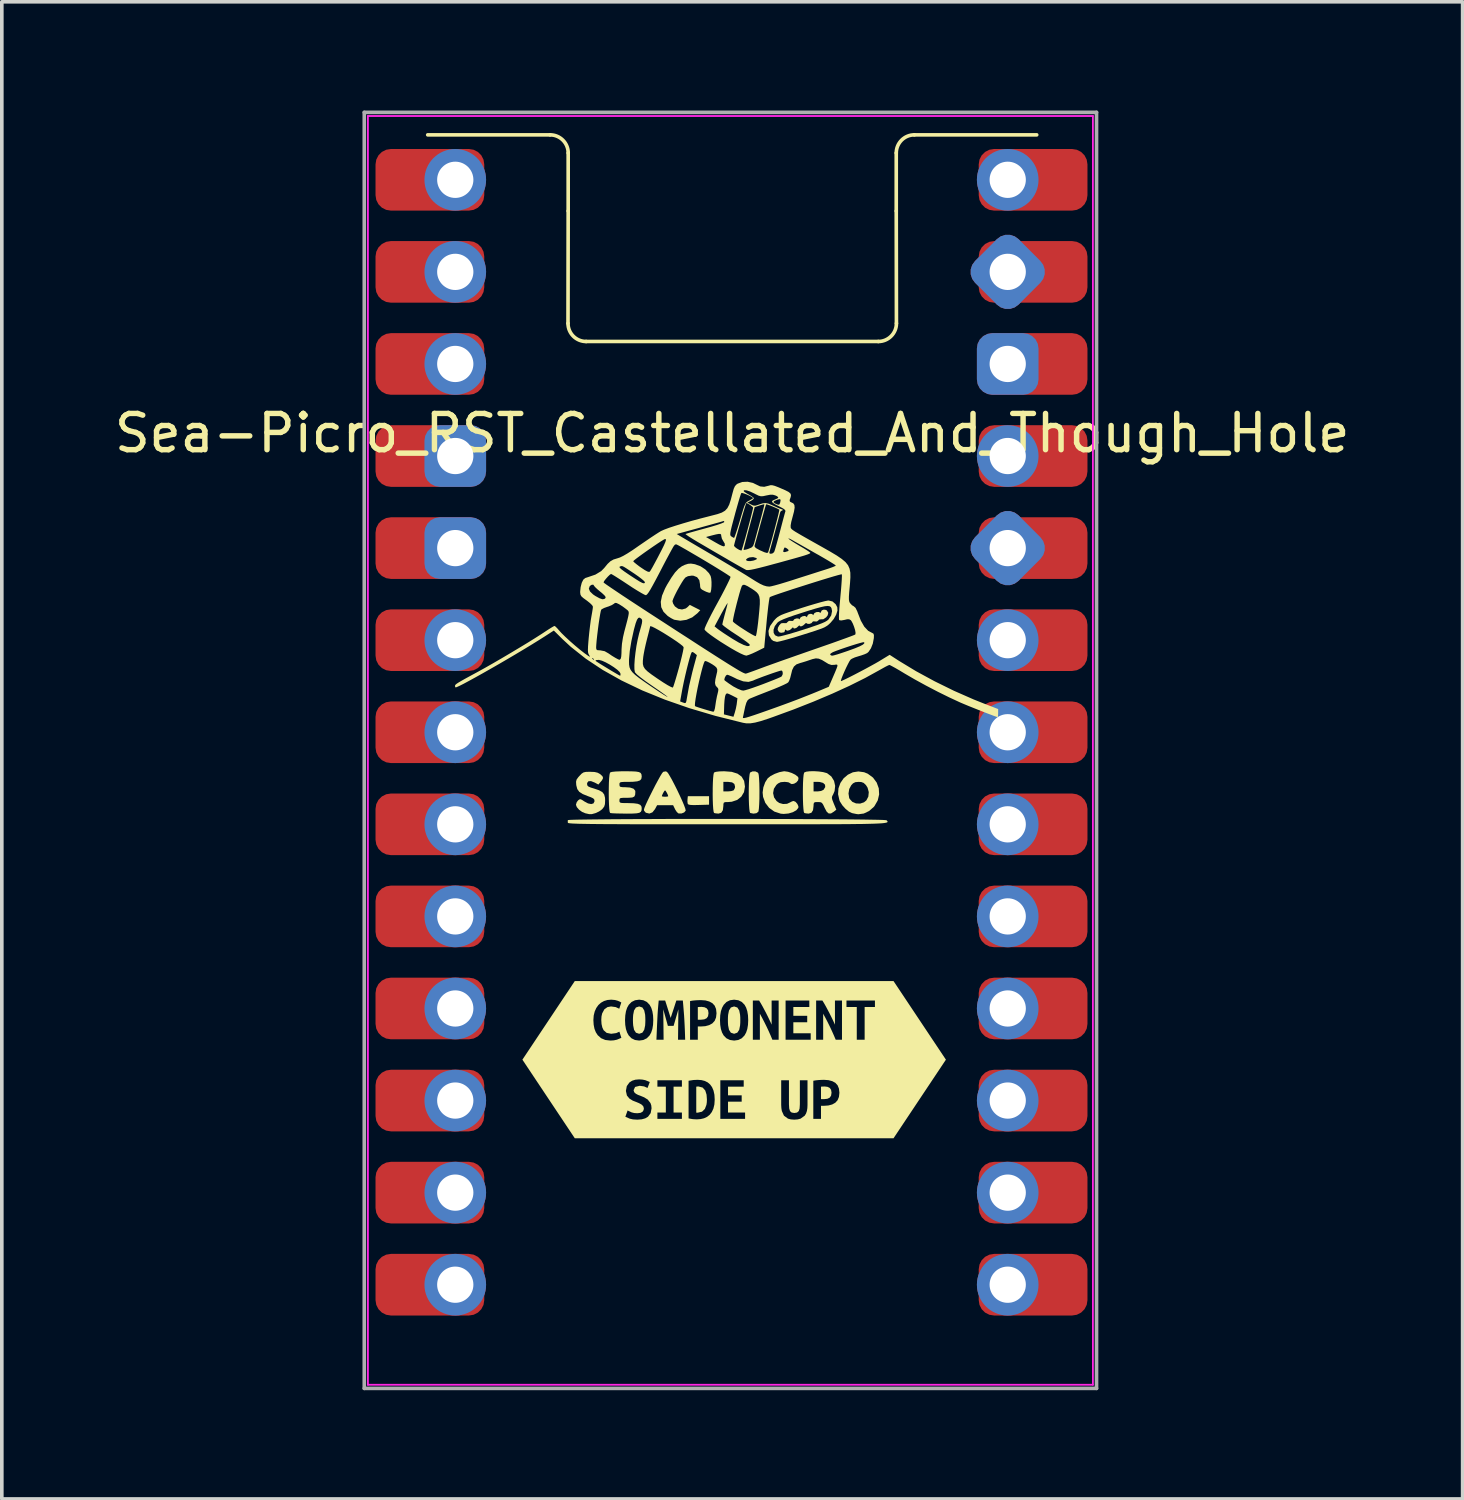
<source format=kicad_pcb>
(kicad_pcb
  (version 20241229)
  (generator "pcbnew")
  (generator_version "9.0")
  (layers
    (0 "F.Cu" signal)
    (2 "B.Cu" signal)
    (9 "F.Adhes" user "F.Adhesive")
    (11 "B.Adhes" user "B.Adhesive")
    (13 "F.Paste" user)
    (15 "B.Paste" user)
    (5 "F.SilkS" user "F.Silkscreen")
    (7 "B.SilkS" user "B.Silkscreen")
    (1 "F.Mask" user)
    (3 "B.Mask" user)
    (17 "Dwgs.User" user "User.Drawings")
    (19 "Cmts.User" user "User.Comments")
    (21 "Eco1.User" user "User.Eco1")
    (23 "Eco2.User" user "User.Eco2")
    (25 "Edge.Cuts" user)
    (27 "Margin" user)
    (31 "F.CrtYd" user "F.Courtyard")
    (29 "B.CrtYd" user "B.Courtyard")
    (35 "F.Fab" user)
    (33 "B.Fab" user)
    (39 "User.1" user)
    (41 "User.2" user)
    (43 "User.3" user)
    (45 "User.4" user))
  (footprint "Sea-Picro_RST_Castellated_And_Though_Hole"
    (layer "F.Cu")
    (at 17.099 17.15)
    (property "Reference" "Sea-Picro_RST_Castellated_And_Though_Hole" (at 0.05 -8.25 0) (unlocked yes) (layer "F.SilkS") (effects (font (size 1 1) (thickness 0.15))))
    (attr through_hole exclude_from_pos_files)
    (fp_line (start -4.975 -16.48) (end -8.35 -16.48) (stroke (width 0.1) (type solid)) (layer "F.SilkS"))
    (fp_line (start -4.475 -14.38) (end -4.48 -11.28) (stroke (width 0.1) (type solid)) (layer "F.SilkS"))
    (fp_line (start -4.475 -14.38) (end -4.475 -15.98) (stroke (width 0.1) (type solid)) (layer "F.SilkS"))
    (fp_line (start -3.98 -10.78) (end 4.08 -10.78) (stroke (width 0.1) (type solid)) (layer "F.SilkS"))
    (fp_line (start 4.575 -14.38) (end 4.575 -15.98) (stroke (width 0.1) (type solid)) (layer "F.SilkS"))
    (fp_line (start 4.575 -14.38) (end 4.58 -11.28) (stroke (width 0.1) (type solid)) (layer "F.SilkS"))
    (fp_line (start 5.075 -16.48) (end 8.45 -16.48) (stroke (width 0.1) (type solid)) (layer "F.SilkS"))
    (fp_arc (start -4.97451 -16.48) (mid -4.620957 -16.333553) (end -4.47451 -15.98) (stroke (width 0.1) (type solid)) (layer "F.SilkS"))
    (fp_arc (start -3.98 -10.77951) (mid -4.333553 -10.925957) (end -4.48 -11.27951) (stroke (width 0.1) (type solid)) (layer "F.SilkS"))
    (fp_arc (start 4.57549 -15.98) (mid 4.721931 -16.333559) (end 5.07549 -16.48) (stroke (width 0.1) (type solid)) (layer "F.SilkS"))
    (fp_arc (start 4.58 -11.27951) (mid 4.433553 -10.925957) (end 4.08 -10.77951) (stroke (width 0.1) (type solid)) (layer "F.SilkS"))
    (fp_poly (pts (xy -0.589 1.998) (xy -0.874 2.006) (xy -1.012 2.009) (xy -1.101 2.005) (xy -1.152 1.995) (xy -1.175 1.976) (xy -1.177 1.972) (xy -1.186 1.913) (xy -1.183 1.847) (xy -1.174 1.764) (xy -0.589 1.764)) (stroke (width 0) (type solid)) (fill yes) (layer "F.SilkS"))
    (fp_poly (pts (xy -0.792 7.576) (xy -0.845 7.577) (xy -0.899 7.581) (xy -0.899 7.93) (xy -0.811 7.93) (xy -0.721 7.92) (xy -0.656 7.889) (xy -0.617 7.834) (xy -0.604 7.749) (xy -0.616 7.668) (xy -0.655 7.615) (xy -0.715 7.586) (xy -0.792 7.576)) (stroke (width 0) (type solid)) (fill yes) (layer "F.SilkS"))
    (fp_poly (pts (xy 2.604 9.772) (xy 2.551 9.773) (xy 2.499 9.777) (xy 2.499 10.121) (xy 2.585 10.121) (xy 2.674 10.111) (xy 2.738 10.081) (xy 2.777 10.026) (xy 2.79 9.942) (xy 2.777 9.863) (xy 2.739 9.811) (xy 2.68 9.782) (xy 2.604 9.772)) (stroke (width 0) (type solid)) (fill yes) (layer "F.SilkS"))
    (fp_poly (pts (xy -0.942 10.493) (xy -0.923 10.495) (xy -0.904 10.495) (xy -0.783 10.467) (xy -0.704 10.391) (xy -0.661 10.277) (xy -0.651 10.208) (xy -0.648 10.132) (xy -0.658 9.997) (xy -0.694 9.882) (xy -0.765 9.802) (xy -0.88 9.772) (xy -0.911 9.773) (xy -0.942 9.777) (xy -0.942 10.493)) (stroke (width 0) (type solid)) (fill yes) (layer "F.SilkS"))
    (fp_poly (pts (xy -2.689 7.941) (xy -2.687 8.017) (xy -2.682 8.088) (xy -2.658 8.208) (xy -2.606 8.288) (xy -2.517 8.318) (xy -2.429 8.288) (xy -2.377 8.207) (xy -2.352 8.088) (xy -2.348 8.017) (xy -2.346 7.941) (xy -2.348 7.865) (xy -2.352 7.793) (xy -2.377 7.674) (xy -2.428 7.593) (xy -2.517 7.564) (xy -2.606 7.593) (xy -2.658 7.675) (xy -2.682 7.794) (xy -2.687 7.865) (xy -2.689 7.941)) (stroke (width 0) (type solid)) (fill yes) (layer "F.SilkS"))
    (fp_poly (pts (xy -0.069 7.941) (xy -0.068 8.017) (xy -0.063 8.088) (xy -0.039 8.208) (xy 0.013 8.288) (xy 0.102 8.318) (xy 0.19 8.288) (xy 0.243 8.207) (xy 0.267 8.088) (xy 0.272 8.017) (xy 0.273 7.941) (xy 0.272 7.865) (xy 0.267 7.793) (xy 0.243 7.674) (xy 0.191 7.593) (xy 0.102 7.564) (xy 0.013 7.593) (xy -0.039 7.675) (xy -0.063 7.794) (xy -0.068 7.865) (xy -0.069 7.941)) (stroke (width 0) (type solid)) (fill yes) (layer "F.SilkS"))
    (fp_poly (pts (xy 0.688 1.08) (xy 0.754 1.111) (xy 0.771 1.133) (xy 0.782 1.182) (xy 0.791 1.28) (xy 0.798 1.415) (xy 0.801 1.578) (xy 0.801 1.661) (xy 0.8 1.834) (xy 0.794 1.984) (xy 0.786 2.101) (xy 0.776 2.174) (xy 0.771 2.19) (xy 0.719 2.232) (xy 0.637 2.245) (xy 0.546 2.227) (xy 0.545 2.227) (xy 0.532 2.194) (xy 0.521 2.113) (xy 0.513 1.997) (xy 0.508 1.855) (xy 0.506 1.701) (xy 0.507 1.543) (xy 0.511 1.395) (xy 0.518 1.267) (xy 0.528 1.171) (xy 0.54 1.117) (xy 0.544 1.111) (xy 0.609 1.08)) (stroke (width 0) (type solid)) (fill yes) (layer "F.SilkS"))
    (fp_poly (pts (xy 1.589 1.09) (xy 1.694 1.124) (xy 1.789 1.171) (xy 1.857 1.223) (xy 1.879 1.261) (xy 1.868 1.325) (xy 1.822 1.381) (xy 1.757 1.419) (xy 1.691 1.43) (xy 1.64 1.405) (xy 1.635 1.398) (xy 1.598 1.38) (xy 1.523 1.37) (xy 1.485 1.369) (xy 1.386 1.378) (xy 1.314 1.413) (xy 1.267 1.454) (xy 1.199 1.56) (xy 1.178 1.679) (xy 1.204 1.797) (xy 1.274 1.898) (xy 1.348 1.951) (xy 1.453 1.98) (xy 1.562 1.974) (xy 1.637 1.94) (xy 1.702 1.906) (xy 1.744 1.896) (xy 1.798 1.92) (xy 1.847 1.977) (xy 1.876 2.044) (xy 1.874 2.084) (xy 1.82 2.151) (xy 1.724 2.205) (xy 1.603 2.241) (xy 1.471 2.253) (xy 1.387 2.246) (xy 1.212 2.188) (xy 1.068 2.086) (xy 0.962 1.947) (xy 0.901 1.782) (xy 0.889 1.661) (xy 0.909 1.52) (xy 0.96 1.379) (xy 1.029 1.271) (xy 1.109 1.207) (xy 1.225 1.147) (xy 1.351 1.101) (xy 1.467 1.078) (xy 1.49 1.076)) (stroke (width 0) (type solid)) (fill yes) (layer "F.SilkS"))
    (fp_poly (pts (xy 3.689 1.103) (xy 3.789 1.144) (xy 3.934 1.251) (xy 4.036 1.389) (xy 4.093 1.547) (xy 4.103 1.714) (xy 4.064 1.881) (xy 3.975 2.036) (xy 3.954 2.061) (xy 3.825 2.173) (xy 3.68 2.242) (xy 3.531 2.262) (xy 3.479 2.256) (xy 3.401 2.24) (xy 3.354 2.23) (xy 3.27 2.19) (xy 3.176 2.113) (xy 3.088 2.015) (xy 3.022 1.911) (xy 3.008 1.879) (xy 2.97 1.709) (xy 2.971 1.69) (xy 3.258 1.69) (xy 3.276 1.809) (xy 3.289 1.838) (xy 3.363 1.919) (xy 3.465 1.963) (xy 3.578 1.968) (xy 3.685 1.933) (xy 3.75 1.88) (xy 3.805 1.775) (xy 3.817 1.651) (xy 3.784 1.529) (xy 3.74 1.459) (xy 3.677 1.398) (xy 3.609 1.373) (xy 3.537 1.369) (xy 3.446 1.377) (xy 3.382 1.41) (xy 3.335 1.459) (xy 3.278 1.565) (xy 3.258 1.69) (xy 2.971 1.69) (xy 2.981 1.547) (xy 3.035 1.398) (xy 3.123 1.271) (xy 3.24 1.171) (xy 3.378 1.105) (xy 3.53 1.081)) (stroke (width 0) (type solid)) (fill yes) (layer "F.SilkS"))
    (fp_poly (pts (xy 0.036 1.092) (xy 0.196 1.142) (xy 0.31 1.225) (xy 0.378 1.342) (xy 0.401 1.495) (xy 0.401 1.501) (xy 0.375 1.652) (xy 0.301 1.776) (xy 0.187 1.867) (xy 0.038 1.917) (xy -0.061 1.925) (xy -0.142 1.927) (xy -0.181 1.941) (xy -0.193 1.981) (xy -0.194 2.029) (xy -0.208 2.15) (xy -0.253 2.221) (xy -0.328 2.244) (xy -0.334 2.244) (xy -0.407 2.237) (xy -0.45 2.227) (xy -0.463 2.194) (xy -0.474 2.113) (xy -0.482 1.997) (xy -0.487 1.855) (xy -0.489 1.701) (xy -0.488 1.632) (xy -0.194 1.632) (xy -0.068 1.632) (xy 0.019 1.624) (xy 0.082 1.605) (xy 0.093 1.597) (xy 0.123 1.54) (xy 0.128 1.501) (xy 0.109 1.426) (xy 0.047 1.383) (xy -0.062 1.369) (xy -0.068 1.369) (xy -0.194 1.369) (xy -0.194 1.632) (xy -0.488 1.632) (xy -0.488 1.543) (xy -0.484 1.395) (xy -0.477 1.267) (xy -0.467 1.171) (xy -0.455 1.117) (xy -0.451 1.111) (xy -0.401 1.092) (xy -0.303 1.08) (xy -0.172 1.076)) (stroke (width 0) (type solid)) (fill yes) (layer "F.SilkS"))
    (fp_poly (pts (xy -1.752 1.092) (xy -1.719 1.129) (xy -1.67 1.21) (xy -1.607 1.322) (xy -1.537 1.457) (xy -1.464 1.603) (xy -1.394 1.751) (xy -1.33 1.891) (xy -1.279 2.012) (xy -1.245 2.105) (xy -1.233 2.158) (xy -1.234 2.163) (xy -1.276 2.212) (xy -1.349 2.241) (xy -1.426 2.24) (xy -1.437 2.236) (xy -1.478 2.2) (xy -1.522 2.133) (xy -1.53 2.116) (xy -1.58 2.013) (xy -2.022 2.013) (xy -2.081 2.122) (xy -2.151 2.209) (xy -2.235 2.243) (xy -2.328 2.221) (xy -2.337 2.216) (xy -2.379 2.168) (xy -2.386 2.136) (xy -2.372 2.088) (xy -2.336 2) (xy -2.282 1.883) (xy -2.225 1.765) (xy -1.891 1.765) (xy -1.865 1.775) (xy -1.804 1.779) (xy -1.803 1.779) (xy -1.741 1.775) (xy -1.715 1.765) (xy -1.715 1.765) (xy -1.728 1.723) (xy -1.756 1.665) (xy -1.786 1.618) (xy -1.803 1.603) (xy -1.826 1.626) (xy -1.857 1.678) (xy -1.883 1.734) (xy -1.891 1.765) (xy -2.225 1.765) (xy -2.215 1.746) (xy -2.142 1.6) (xy -2.068 1.455) (xy -1.996 1.322) (xy -1.934 1.21) (xy -1.885 1.13) (xy -1.855 1.093) (xy -1.854 1.092) (xy -1.784 1.079)) (stroke (width 0) (type solid)) (fill yes) (layer "F.SilkS"))
    (fp_poly (pts (xy 2.437 1.082) (xy 2.557 1.099) (xy 2.653 1.125) (xy 2.675 1.135) (xy 2.786 1.222) (xy 2.859 1.342) (xy 2.89 1.48) (xy 2.874 1.621) (xy 2.836 1.711) (xy 2.808 1.763) (xy 2.799 1.806) (xy 2.81 1.86) (xy 2.843 1.945) (xy 2.852 1.968) (xy 2.922 2.136) (xy 2.853 2.191) (xy 2.775 2.24) (xy 2.712 2.241) (xy 2.656 2.191) (xy 2.6 2.086) (xy 2.558 1.996) (xy 2.524 1.948) (xy 2.483 1.929) (xy 2.42 1.925) (xy 2.411 1.925) (xy 2.336 1.928) (xy 2.303 1.947) (xy 2.294 1.997) (xy 2.294 2.029) (xy 2.279 2.15) (xy 2.234 2.221) (xy 2.159 2.244) (xy 2.154 2.244) (xy 2.081 2.237) (xy 2.038 2.227) (xy 2.024 2.194) (xy 2.014 2.113) (xy 2.006 1.997) (xy 2.001 1.855) (xy 1.999 1.701) (xy 1.999 1.632) (xy 2.294 1.632) (xy 2.409 1.632) (xy 2.499 1.62) (xy 2.565 1.59) (xy 2.57 1.586) (xy 2.616 1.512) (xy 2.61 1.447) (xy 2.556 1.397) (xy 2.461 1.371) (xy 2.42 1.369) (xy 2.294 1.369) (xy 2.294 1.632) (xy 1.999 1.632) (xy 2 1.543) (xy 2.003 1.395) (xy 2.01 1.267) (xy 2.02 1.171) (xy 2.033 1.117) (xy 2.036 1.111) (xy 2.091 1.088) (xy 2.187 1.076) (xy 2.308 1.074)) (stroke (width 0) (type solid)) (fill yes) (layer "F.SilkS"))
    (fp_poly (pts (xy -0.993 -4.638) (xy -0.972 -4.633) (xy -0.827 -4.58) (xy -0.694 -4.494) (xy -0.591 -4.388) (xy -0.545 -4.309) (xy -0.529 -4.239) (xy -0.521 -4.14) (xy -0.522 -4.032) (xy -0.53 -3.934) (xy -0.545 -3.866) (xy -0.554 -3.85) (xy -0.59 -3.849) (xy -0.659 -3.872) (xy -0.706 -3.893) (xy -0.785 -3.935) (xy -0.824 -3.973) (xy -0.836 -4.028) (xy -0.837 -4.07) (xy -0.858 -4.195) (xy -0.919 -4.278) (xy -1.018 -4.318) (xy -1.066 -4.321) (xy -1.17 -4.306) (xy -1.24 -4.27) (xy -1.284 -4.218) (xy -1.342 -4.129) (xy -1.407 -4.018) (xy -1.473 -3.899) (xy -1.531 -3.784) (xy -1.575 -3.687) (xy -1.597 -3.623) (xy -1.598 -3.613) (xy -1.58 -3.549) (xy -1.535 -3.477) (xy -1.529 -3.47) (xy -1.44 -3.406) (xy -1.334 -3.387) (xy -1.232 -3.415) (xy -1.183 -3.452) (xy -1.121 -3.514) (xy -0.831 -3.367) (xy -0.914 -3.279) (xy -1.053 -3.169) (xy -1.214 -3.101) (xy -1.383 -3.077) (xy -1.545 -3.103) (xy -1.568 -3.112) (xy -1.639 -3.149) (xy -1.722 -3.203) (xy -1.736 -3.214) (xy -1.846 -3.324) (xy -1.908 -3.45) (xy -1.921 -3.598) (xy -1.886 -3.769) (xy -1.802 -3.968) (xy -1.745 -4.074) (xy -1.629 -4.264) (xy -1.528 -4.407) (xy -1.432 -4.51) (xy -1.337 -4.581) (xy -1.259 -4.618) (xy -1.169 -4.647) (xy -1.09 -4.653)) (stroke (width 0) (type solid)) (fill yes) (layer "F.SilkS"))
    (fp_poly (pts (xy -3.747 1.096) (xy -3.663 1.116) (xy -3.599 1.151) (xy -3.531 1.211) (xy -3.512 1.262) (xy -3.54 1.321) (xy -3.57 1.358) (xy -3.642 1.442) (xy -3.743 1.388) (xy -3.845 1.348) (xy -3.915 1.351) (xy -3.951 1.397) (xy -3.954 1.426) (xy -3.947 1.466) (xy -3.919 1.496) (xy -3.857 1.524) (xy -3.764 1.552) (xy -3.624 1.6) (xy -3.533 1.651) (xy -3.482 1.717) (xy -3.459 1.807) (xy -3.456 1.881) (xy -3.461 1.982) (xy -3.481 2.049) (xy -3.525 2.108) (xy -3.544 2.128) (xy -3.623 2.185) (xy -3.725 2.232) (xy -3.825 2.259) (xy -3.895 2.259) (xy -3.944 2.248) (xy -4.003 2.235) (xy -4.091 2.198) (xy -4.175 2.137) (xy -4.237 2.065) (xy -4.261 2) (xy -4.24 1.93) (xy -4.203 1.881) (xy -4.165 1.852) (xy -4.13 1.848) (xy -4.08 1.874) (xy -4.03 1.908) (xy -3.928 1.963) (xy -3.84 1.981) (xy -3.778 1.963) (xy -3.75 1.909) (xy -3.749 1.897) (xy -3.756 1.855) (xy -3.786 1.823) (xy -3.851 1.792) (xy -3.935 1.761) (xy -4.076 1.704) (xy -4.169 1.643) (xy -4.224 1.568) (xy -4.25 1.469) (xy -4.253 1.449) (xy -4.258 1.365) (xy -4.243 1.305) (xy -4.198 1.242) (xy -4.164 1.204) (xy -4.105 1.143) (xy -4.054 1.109) (xy -3.992 1.094) (xy -3.897 1.091) (xy -3.87 1.091)) (stroke (width 0) (type solid)) (fill yes) (layer "F.SilkS"))
    (fp_poly (pts (xy -2.728 1.078) (xy -2.605 1.084) (xy -2.524 1.098) (xy -2.477 1.122) (xy -2.454 1.16) (xy -2.447 1.214) (xy -2.447 1.227) (xy -2.458 1.288) (xy -2.495 1.329) (xy -2.569 1.354) (xy -2.685 1.366) (xy -2.811 1.369) (xy -2.932 1.369) (xy -3.006 1.374) (xy -3.044 1.385) (xy -3.059 1.406) (xy -3.061 1.441) (xy -3.061 1.442) (xy -3.056 1.486) (xy -3.032 1.507) (xy -2.973 1.515) (xy -2.917 1.515) (xy -2.769 1.525) (xy -2.673 1.557) (xy -2.627 1.61) (xy -2.622 1.644) (xy -2.628 1.725) (xy -2.651 1.774) (xy -2.704 1.799) (xy -2.799 1.807) (xy -2.86 1.808) (xy -2.966 1.809) (xy -3.026 1.815) (xy -3.053 1.832) (xy -3.061 1.863) (xy -3.061 1.881) (xy -3.059 1.917) (xy -3.043 1.939) (xy -3.003 1.95) (xy -2.925 1.954) (xy -2.829 1.954) (xy -2.667 1.959) (xy -2.555 1.974) (xy -2.486 2.003) (xy -2.453 2.049) (xy -2.447 2.094) (xy -2.451 2.152) (xy -2.47 2.193) (xy -2.511 2.221) (xy -2.584 2.236) (xy -2.696 2.243) (xy -2.857 2.245) (xy -2.899 2.244) (xy -3.045 2.242) (xy -3.171 2.239) (xy -3.265 2.234) (xy -3.314 2.228) (xy -3.317 2.227) (xy -3.331 2.194) (xy -3.342 2.113) (xy -3.349 1.997) (xy -3.354 1.855) (xy -3.356 1.701) (xy -3.355 1.543) (xy -3.352 1.395) (xy -3.345 1.267) (xy -3.335 1.171) (xy -3.322 1.117) (xy -3.319 1.111) (xy -3.272 1.094) (xy -3.171 1.083) (xy -3.015 1.077) (xy -2.9 1.076)) (stroke (width 0) (type solid)) (fill yes) (layer "F.SilkS"))
    (fp_poly (pts (xy -0.058 2.391) (xy 0.381 2.391) (xy 0.816 2.392) (xy 1.242 2.393) (xy 1.657 2.394) (xy 2.056 2.396) (xy 2.435 2.398) (xy 2.79 2.4) (xy 3.118 2.402) (xy 3.414 2.405) (xy 3.674 2.408) (xy 3.895 2.412) (xy 4.073 2.415) (xy 4.203 2.419) (xy 4.282 2.424) (xy 4.306 2.427) (xy 4.321 2.442) (xy 4.332 2.456) (xy 4.337 2.468) (xy 4.332 2.479) (xy 4.316 2.489) (xy 4.286 2.497) (xy 4.238 2.505) (xy 4.171 2.512) (xy 4.082 2.517) (xy 3.968 2.522) (xy 3.826 2.526) (xy 3.654 2.53) (xy 3.45 2.532) (xy 3.209 2.535) (xy 2.931 2.536) (xy 2.611 2.537) (xy 2.248 2.538) (xy 1.839 2.539) (xy 1.381 2.539) (xy 0.872 2.539) (xy 0.309 2.539) (xy -0.096 2.539) (xy -0.694 2.539) (xy -1.236 2.539) (xy -1.725 2.539) (xy -2.164 2.538) (xy -2.555 2.538) (xy -2.9 2.537) (xy -3.203 2.535) (xy -3.466 2.534) (xy -3.691 2.532) (xy -3.882 2.53) (xy -4.041 2.527) (xy -4.171 2.525) (xy -4.274 2.521) (xy -4.354 2.518) (xy -4.411 2.513) (xy -4.451 2.509) (xy -4.474 2.504) (xy -4.484 2.498) (xy -4.484 2.497) (xy -4.488 2.441) (xy -4.481 2.424) (xy -4.45 2.419) (xy -4.364 2.415) (xy -4.227 2.411) (xy -4.043 2.408) (xy -3.817 2.405) (xy -3.552 2.402) (xy -3.251 2.399) (xy -2.92 2.397) (xy -2.561 2.395) (xy -2.179 2.394) (xy -1.778 2.392) (xy -1.362 2.392) (xy -0.934 2.391) (xy -0.498 2.391)) (stroke (width 0) (type solid)) (fill yes) (layer "F.SilkS"))
    (fp_poly (pts (xy 2.638 -3.374) (xy 2.663 -3.357) (xy 2.7 -3.294) (xy 2.683 -3.224) (xy 2.641 -3.17) (xy 2.564 -3.118) (xy 2.511 -3.116) (xy 2.448 -3.11) (xy 2.427 -3.086) (xy 2.386 -3.055) (xy 2.337 -3.057) (xy 2.283 -3.059) (xy 2.265 -3.045) (xy 2.24 -3.012) (xy 2.187 -2.991) (xy 2.133 -2.989) (xy 2.112 -3.002) (xy 2.083 -3.014) (xy 2.054 -2.988) (xy 2.004 -2.944) (xy 1.953 -2.921) (xy 1.918 -2.925) (xy 1.913 -2.939) (xy 1.9 -2.949) (xy 1.877 -2.928) (xy 1.827 -2.883) (xy 1.775 -2.862) (xy 1.741 -2.869) (xy 1.737 -2.882) (xy 1.724 -2.896) (xy 1.7 -2.872) (xy 1.641 -2.821) (xy 1.578 -2.801) (xy 1.532 -2.817) (xy 1.528 -2.822) (xy 1.509 -2.839) (xy 1.504 -2.808) (xy 1.491 -2.765) (xy 1.477 -2.757) (xy 1.426 -2.748) (xy 1.411 -2.744) (xy 1.361 -2.751) (xy 1.335 -2.772) (xy 1.303 -2.826) (xy 1.311 -2.884) (xy 1.348 -2.951) (xy 1.397 -3.004) (xy 1.458 -3.013) (xy 1.477 -3.01) (xy 1.545 -3.01) (xy 1.575 -3.04) (xy 1.615 -3.073) (xy 1.665 -3.072) (xy 1.719 -3.07) (xy 1.738 -3.084) (xy 1.762 -3.117) (xy 1.816 -3.138) (xy 1.87 -3.14) (xy 1.891 -3.127) (xy 1.91 -3.112) (xy 1.913 -3.131) (xy 1.938 -3.171) (xy 1.993 -3.2) (xy 2.054 -3.209) (xy 2.093 -3.19) (xy 2.113 -3.171) (xy 2.118 -3.2) (xy 2.142 -3.243) (xy 2.195 -3.267) (xy 2.25 -3.263) (xy 2.27 -3.246) (xy 2.29 -3.227) (xy 2.293 -3.248) (xy 2.319 -3.289) (xy 2.375 -3.315) (xy 2.436 -3.318) (xy 2.462 -3.306) (xy 2.493 -3.295) (xy 2.499 -3.321) (xy 2.522 -3.363) (xy 2.577 -3.383)) (stroke (width 0) (type solid)) (fill yes) (layer "F.SilkS"))
    (fp_poly (pts (xy 2.816 -3.608) (xy 2.903 -3.533) (xy 2.948 -3.449) (xy 2.953 -3.357) (xy 2.918 -3.244) (xy 2.85 -3.124) (xy 2.763 -3.021) (xy 2.717 -2.977) (xy 2.673 -2.941) (xy 2.621 -2.909) (xy 2.553 -2.876) (xy 2.461 -2.841) (xy 2.337 -2.798) (xy 2.172 -2.745) (xy 2.001 -2.691) (xy 1.814 -2.633) (xy 1.641 -2.582) (xy 1.491 -2.54) (xy 1.374 -2.51) (xy 1.299 -2.495) (xy 1.282 -2.493) (xy 1.182 -2.52) (xy 1.132 -2.56) (xy 1.062 -2.673) (xy 1.05 -2.796) (xy 1.061 -2.828) (xy 1.19 -2.828) (xy 1.193 -2.741) (xy 1.232 -2.675) (xy 1.305 -2.642) (xy 1.33 -2.64) (xy 1.385 -2.649) (xy 1.485 -2.674) (xy 1.621 -2.711) (xy 1.784 -2.759) (xy 1.964 -2.815) (xy 2.025 -2.834) (xy 2.237 -2.904) (xy 2.399 -2.959) (xy 2.52 -3.005) (xy 2.606 -3.043) (xy 2.665 -3.077) (xy 2.704 -3.109) (xy 2.707 -3.112) (xy 2.781 -3.224) (xy 2.804 -3.342) (xy 2.789 -3.421) (xy 2.769 -3.456) (xy 2.735 -3.477) (xy 2.682 -3.484) (xy 2.602 -3.476) (xy 2.491 -3.451) (xy 2.341 -3.41) (xy 2.147 -3.351) (xy 1.976 -3.296) (xy 1.76 -3.226) (xy 1.594 -3.168) (xy 1.471 -3.121) (xy 1.383 -3.081) (xy 1.324 -3.046) (xy 1.296 -3.022) (xy 1.224 -2.926) (xy 1.19 -2.828) (xy 1.061 -2.828) (xy 1.095 -2.931) (xy 1.198 -3.076) (xy 1.219 -3.099) (xy 1.259 -3.141) (xy 1.299 -3.175) (xy 1.348 -3.207) (xy 1.412 -3.239) (xy 1.501 -3.274) (xy 1.623 -3.317) (xy 1.784 -3.37) (xy 1.971 -3.431) (xy 2.159 -3.49) (xy 2.335 -3.542) (xy 2.488 -3.586) (xy 2.609 -3.617) (xy 2.688 -3.633) (xy 2.708 -3.635)) (stroke (width 0) (type solid)) (fill yes) (layer "F.SilkS"))
    (fp_poly (pts (xy -3.78 6.864) (xy -3.641 7.524) (xy -3.57 7.461) (xy -3.486 7.414) (xy -3.392 7.386) (xy -3.289 7.377) (xy -3.185 7.386) (xy -3.104 7.408) (xy -3.046 7.434) (xy -3.01 7.455) (xy -3.066 7.627) (xy -3.163 7.582) (xy -3.293 7.564) (xy -3.391 7.582) (xy -3.477 7.643) (xy -3.538 7.757) (xy -3.556 7.838) (xy -3.562 7.936) (xy -3.555 8.049) (xy -3.533 8.144) (xy -2.907 7.941) (xy -2.9 7.81) (xy -2.881 7.696) (xy -2.849 7.599) (xy -2.804 7.519) (xy -2.726 7.44) (xy -2.631 7.393) (xy -2.517 7.377) (xy -2.401 7.393) (xy -2.304 7.44) (xy -2.228 7.519) (xy -2.184 7.599) (xy -2.153 7.696) (xy -2.134 7.81) (xy -2 7.647) (xy -1.989 7.52) (xy -1.978 7.401) (xy -1.8 7.401) (xy -1.769 7.496) (xy -1.73 7.62) (xy -1.688 7.754) (xy -1.648 7.88) (xy -1.604 7.746) (xy -1.56 7.613) (xy -1.522 7.494) (xy -1.491 7.401) (xy -1.312 7.401) (xy -1.3 7.541) (xy -1.289 7.677) (xy -1.278 7.811) (xy -1.113 8.482) (xy -1.113 7.415) (xy -1.043 7.403) (xy -0.963 7.395) (xy -0.885 7.391) (xy -0.817 7.389) (xy -0.689 7.398) (xy -0.583 7.427) (xy -0.497 7.474) (xy -0.434 7.542) (xy -0.396 7.634) (xy -0.383 7.751) (xy -0.396 7.868) (xy -0.434 7.961) (xy -0.287 7.941) (xy -0.281 7.81) (xy -0.262 7.696) (xy -0.229 7.599) (xy -0.184 7.519) (xy -0.107 7.44) (xy -0.011 7.393) (xy 0.102 7.377) (xy 0.219 7.393) (xy 0.315 7.44) (xy 0.392 7.519) (xy 0.435 7.599) (xy 0.466 7.696) (xy 0.485 7.81) (xy 0.491 7.941) (xy 0.485 8.072) (xy 0.466 8.186) (xy 0.434 8.283) (xy 0.39 8.363) (xy 0.313 8.442) (xy 0.218 8.489) (xy 0.104 8.505) (xy -0.013 8.489) (xy -0.11 8.442) (xy -0.187 8.363) (xy -0.231 8.283) (xy -0.262 8.186) (xy -0.281 8.072) (xy -0.287 7.941) (xy -0.434 7.961) (xy -0.498 8.031) (xy -0.585 8.079) (xy -0.693 8.108) (xy -0.822 8.117) (xy -0.899 8.117) (xy -0.899 8.482) (xy -1.113 8.482) (xy -1.278 7.811) (xy -1.27 7.943) (xy -1.263 8.076) (xy -1.257 8.209) (xy -1.252 8.344) (xy -1.248 8.482) (xy -1.445 8.482) (xy -1.435 7.642) (xy -1.567 8.1) (xy -1.725 8.1) (xy -1.852 7.642) (xy -1.843 8.482) (xy -2.041 8.482) (xy -2.035 8.347) (xy -2.029 8.206) (xy -2.023 8.064) (xy -2.016 7.922) (xy -2.009 7.782) (xy -2 7.647) (xy -2.134 7.81) (xy -2.128 7.941) (xy -2.134 8.072) (xy -2.153 8.186) (xy -2.185 8.283) (xy -2.229 8.363) (xy -2.306 8.442) (xy -2.402 8.489) (xy -2.516 8.505) (xy -2.633 8.489) (xy -2.729 8.442) (xy -2.806 8.363) (xy -2.85 8.283) (xy -2.882 8.186) (xy -2.901 8.072) (xy -2.907 7.941) (xy -3.533 8.144) (xy -3.498 8.219) (xy -3.414 8.293) (xy -3.289 8.318) (xy -3.15 8.299) (xy -3.062 8.26) (xy -3.008 8.43) (xy -3.131 8.481) (xy -3.215 8.499) (xy -3.31 8.505) (xy -3.451 8.489) (xy -2.883 9.894) (xy -2.858 9.761) (xy -2.785 9.66) (xy -2.712 9.613) (xy -2.623 9.585) (xy -2.518 9.576) (xy -2.426 9.582) (xy -2.347 9.598) (xy -2.224 9.648) (xy -2.286 9.812) (xy -2.381 9.77) (xy -2.502 9.753) (xy -2.629 9.784) (xy -2.671 9.875) (xy -2.654 9.93) (xy -2.61 9.971) (xy -2.55 10.003) (xy -2.483 10.028) (xy -2.379 10.071) (xy -2.28 10.133) (xy -2.205 10.229) (xy -2.183 10.294) (xy -2.175 10.374) (xy -2.2 10.507) (xy -2.014 10.665) (xy -2.014 10.49) (xy -1.781 10.49) (xy -1.781 9.776) (xy -2.014 9.776) (xy -2.014 9.6) (xy -1.338 9.6) (xy -1.338 9.776) (xy -1.154 10.653) (xy -1.154 9.614) (xy -1.018 9.593) (xy -0.899 9.588) (xy -0.798 9.596) (xy -0.707 9.619) (xy -0.627 9.659) (xy -0.56 9.716) (xy -0.506 9.791) (xy -0.466 9.885) (xy -0.441 9.998) (xy -0.433 10.132) (xy -0.442 10.269) (xy -0.47 10.384) (xy -0.514 10.478) (xy -0.572 10.553) (xy -0.644 10.61) (xy -0.728 10.649) (xy -0.823 10.671) (xy -0.926 10.679) (xy -1.037 10.673) (xy -1.154 10.653) (xy -1.338 9.776) (xy -1.568 9.776) (xy -1.568 10.49) (xy -1.338 10.49) (xy -1.338 10.665) (xy -2.014 10.665) (xy -2.2 10.507) (xy -2.273 10.606) (xy -2.349 10.651) (xy -2.447 10.678) (xy -2.568 10.687) (xy -2.687 10.68) (xy -2.779 10.659) (xy -2.898 10.607) (xy -2.836 10.434) (xy -2.725 10.486) (xy -2.654 10.504) (xy -2.568 10.51) (xy -2.479 10.499) (xy -2.423 10.468) (xy -2.395 10.423) (xy -2.387 10.373) (xy -2.406 10.314) (xy -2.454 10.268) (xy -2.52 10.232) (xy -2.592 10.202) (xy -2.692 10.163) (xy -2.785 10.106) (xy -2.855 10.021) (xy -2.883 9.894) (xy -3.451 8.489) (xy -3.567 8.44) (xy -3.659 8.358) (xy -3.712 8.277) (xy -3.75 8.181) (xy -3.772 8.068) (xy -3.78 7.941) (xy -3.771 7.814) (xy -3.743 7.702) (xy -3.699 7.605) (xy -3.641 7.524) (xy -3.78 6.864) (xy -4.293 6.864) (xy -5.738 9.032) (xy -4.293 11.2) (xy -0.278 10.665) (xy -0.278 9.6) (xy 0.367 9.6) (xy 0.367 9.776) (xy -0.066 9.776) (xy -0.066 10.015) (xy 0.311 10.015) (xy 0.311 10.19) (xy -0.066 10.19) (xy -0.066 10.49) (xy 0.405 10.49) (xy 0.405 10.665) (xy -0.278 10.665) (xy -4.293 11.2) (xy -3.78 11.2) (xy 1.761 10.687) (xy 1.666 10.68) (xy 1.588 10.659) (xy 1.477 10.577) (xy 1.419 10.448) (xy 1.406 10.368) (xy 1.401 10.28) (xy 1.401 9.6) (xy 1.615 9.6) (xy 1.615 10.266) (xy 1.622 10.379) (xy 1.645 10.452) (xy 1.69 10.491) (xy 1.764 10.503) (xy 1.838 10.491) (xy 1.885 10.451) (xy 1.909 10.377) (xy 1.916 10.264) (xy 1.916 9.6) (xy 2.127 9.6) (xy 2.127 10.28) (xy 2.123 10.368) (xy 2.11 10.448) (xy 2.086 10.518) (xy 2.05 10.577) (xy 1.936 10.659) (xy 1.857 10.68) (xy 1.761 10.687) (xy -3.78 11.2) (xy 3.987 11.2) (xy 2.994 10.06) (xy 2.956 10.152) (xy 2.894 10.22) (xy 2.808 10.268) (xy 2.702 10.296) (xy 2.575 10.305) (xy 2.499 10.305) (xy 2.499 10.665) (xy 2.287 10.665) (xy 2.287 9.614) (xy 2.357 9.602) (xy 2.435 9.594) (xy 2.513 9.59) (xy 2.58 9.588) (xy 2.705 9.597) (xy 2.81 9.625) (xy 2.895 9.671) (xy 2.957 9.739) (xy 2.994 9.83) (xy 3.007 9.944) (xy 2.994 10.06) (xy 3.987 11.2) (xy 4.5 11.2) (xy 5.945 9.032) (xy 1.158 8.482) (xy 1.108 8.362) (xy 1.055 8.243) (xy 0.999 8.123) (xy 0.94 8.004) (xy 0.878 7.884) (xy 0.813 7.764) (xy 0.813 8.482) (xy 0.619 8.482) (xy 0.619 7.401) (xy 0.792 7.401) (xy 0.841 7.481) (xy 0.89 7.568) (xy 0.938 7.658) (xy 0.985 7.747) (xy 1.029 7.835) (xy 1.07 7.92) (xy 1.107 7.998) (xy 1.137 8.067) (xy 1.137 7.401) (xy 1.331 7.401) (xy 1.522 8.482) (xy 1.522 7.401) (xy 2.177 7.401) (xy 2.177 7.579) (xy 1.736 7.579) (xy 1.736 7.822) (xy 2.119 7.822) (xy 2.119 8) (xy 1.736 8) (xy 1.736 8.304) (xy 2.215 8.304) (xy 2.215 8.482) (xy 1.522 8.482) (xy 1.331 7.401) (xy 1.331 8.482) (xy 1.158 8.482) (xy 5.945 9.032) (xy 4.5 6.864) (xy 3.078 7.401) (xy 3.078 8.482) (xy 3.486 8.482) (xy 3.486 7.579) (xy 3.202 7.579) (xy 3.202 7.401) (xy 3.987 7.401) (xy 3.987 7.579) (xy 3.703 7.579) (xy 3.703 8.482) (xy 3.486 8.482) (xy 3.078 8.482) (xy 2.905 8.482) (xy 2.854 8.362) (xy 2.801 8.243) (xy 2.745 8.123) (xy 2.686 8.004) (xy 2.624 7.884) (xy 2.559 7.764) (xy 2.559 8.482) (xy 2.365 8.482) (xy 2.365 7.401) (xy 2.538 7.401) (xy 2.587 7.481) (xy 2.636 7.568) (xy 2.684 7.658) (xy 2.731 7.747) (xy 2.775 7.835) (xy 2.817 7.92) (xy 2.853 7.998) (xy 2.884 8.067) (xy 2.884 7.401) (xy 3.078 7.401) (xy 4.5 6.864) (xy 3.987 6.864) (xy -3.78 6.864)) (stroke (width 0) (type solid)) (fill yes) (layer "F.SilkS"))
    (fp_poly (pts (xy 0.622 -6.878) (xy 0.699 -6.84) (xy 0.82 -6.782) (xy 0.932 -6.771) (xy 1.052 -6.8) (xy 1.105 -6.815) (xy 1.158 -6.814) (xy 1.226 -6.796) (xy 1.327 -6.757) (xy 1.376 -6.736) (xy 1.514 -6.676) (xy 1.604 -6.63) (xy 1.654 -6.589) (xy 1.672 -6.545) (xy 1.663 -6.488) (xy 1.635 -6.409) (xy 1.633 -6.406) (xy 1.642 -6.362) (xy 1.677 -6.343) (xy 1.734 -6.315) (xy 1.765 -6.269) (xy 1.772 -6.196) (xy 1.754 -6.087) (xy 1.717 -5.947) (xy 1.679 -5.804) (xy 1.662 -5.707) (xy 1.663 -5.647) (xy 1.67 -5.629) (xy 1.683 -5.612) (xy 1.703 -5.592) (xy 1.736 -5.568) (xy 1.787 -5.534) (xy 1.863 -5.489) (xy 1.967 -5.428) (xy 2.106 -5.349) (xy 2.285 -5.248) (xy 2.509 -5.122) (xy 2.525 -5.113) (xy 2.752 -4.984) (xy 2.933 -4.876) (xy 3.072 -4.781) (xy 3.175 -4.694) (xy 3.245 -4.607) (xy 3.287 -4.512) (xy 3.308 -4.404) (xy 3.31 -4.275) (xy 3.3 -4.118) (xy 3.291 -4.014) (xy 3.276 -3.855) (xy 3.269 -3.742) (xy 3.269 -3.666) (xy 3.276 -3.615) (xy 3.291 -3.577) (xy 3.3 -3.563) (xy 3.354 -3.504) (xy 3.403 -3.475) (xy 3.452 -3.431) (xy 3.499 -3.336) (xy 3.51 -3.305) (xy 3.597 -3.081) (xy 3.693 -2.913) (xy 3.8 -2.799) (xy 3.909 -2.741) (xy 3.945 -2.721) (xy 3.959 -2.681) (xy 3.957 -2.603) (xy 3.955 -2.586) (xy 3.928 -2.445) (xy 3.877 -2.316) (xy 3.811 -2.218) (xy 3.772 -2.184) (xy 3.708 -2.154) (xy 3.612 -2.12) (xy 3.535 -2.097) (xy 3.433 -2.065) (xy 3.351 -2.028) (xy 3.314 -2.002) (xy 3.284 -1.959) (xy 3.243 -1.882) (xy 3.194 -1.783) (xy 3.145 -1.676) (xy 3.1 -1.572) (xy 3.066 -1.485) (xy 3.048 -1.428) (xy 3.049 -1.411) (xy 3.087 -1.425) (xy 3.167 -1.462) (xy 3.279 -1.517) (xy 3.413 -1.585) (xy 3.562 -1.663) (xy 3.714 -1.743) (xy 3.861 -1.823) (xy 3.993 -1.896) (xy 4.101 -1.958) (xy 4.128 -1.975) (xy 4.393 -2.136) (xy 4.653 -1.968) (xy 5.122 -1.684) (xy 5.632 -1.407) (xy 6.167 -1.144) (xy 6.708 -0.906) (xy 6.983 -0.796) (xy 7.386 -0.64) (xy 7.386 -0.528) (xy 7.383 -0.457) (xy 7.376 -0.418) (xy 7.374 -0.416) (xy 7.338 -0.427) (xy 7.259 -0.455) (xy 7.146 -0.498) (xy 7.009 -0.55) (xy 6.86 -0.609) (xy 6.707 -0.67) (xy 6.562 -0.728) (xy 6.435 -0.781) (xy 6.336 -0.823) (xy 6.334 -0.824) (xy 6.041 -0.96) (xy 5.722 -1.117) (xy 5.397 -1.287) (xy 5.085 -1.458) (xy 4.81 -1.618) (xy 4.674 -1.7) (xy 4.554 -1.77) (xy 4.459 -1.822) (xy 4.401 -1.852) (xy 4.386 -1.857) (xy 4.35 -1.843) (xy 4.276 -1.806) (xy 4.175 -1.75) (xy 4.093 -1.704) (xy 3.714 -1.495) (xy 3.282 -1.28) (xy 2.807 -1.063) (xy 2.292 -0.845) (xy 1.747 -0.63) (xy 1.176 -0.421) (xy 1.045 -0.375) (xy 0.843 -0.309) (xy 0.682 -0.267) (xy 0.551 -0.246) (xy 0.438 -0.246) (xy 0.348 -0.261) (xy -0.244 -0.409) (xy 0.344 -0.409) (xy 0.348 -0.394) (xy 0.375 -0.391) (xy 0.433 -0.403) (xy 0.527 -0.431) (xy 0.664 -0.476) (xy 0.824 -0.531) (xy 1.023 -0.601) (xy 1.239 -0.678) (xy 1.451 -0.755) (xy 1.639 -0.824) (xy 1.711 -0.851) (xy 1.888 -0.918) (xy 2.078 -0.993) (xy 2.259 -1.065) (xy 2.408 -1.126) (xy 2.713 -1.254) (xy 2.824 -1.51) (xy 2.888 -1.658) (xy 2.929 -1.759) (xy 2.951 -1.822) (xy 2.952 -1.856) (xy 2.934 -1.867) (xy 2.898 -1.865) (xy 2.866 -1.859) (xy 2.783 -1.857) (xy 2.703 -1.885) (xy 2.644 -1.921) (xy 2.528 -1.992) (xy 2.438 -2.03) (xy 2.357 -2.038) (xy 2.265 -2.018) (xy 2.208 -1.999) (xy 2.093 -1.96) (xy 1.979 -1.925) (xy 1.925 -1.91) (xy 1.821 -1.872) (xy 1.751 -1.811) (xy 1.704 -1.716) (xy 1.675 -1.599) (xy 1.649 -1.496) (xy 1.617 -1.412) (xy 1.593 -1.374) (xy 1.551 -1.347) (xy 1.463 -1.304) (xy 1.341 -1.25) (xy 1.194 -1.189) (xy 1.063 -1.138) (xy 0.902 -1.075) (xy 0.756 -1.018) (xy 0.636 -0.969) (xy 0.551 -0.934) (xy 0.517 -0.918) (xy 0.475 -0.882) (xy 0.44 -0.816) (xy 0.409 -0.712) (xy 0.377 -0.563) (xy 0.36 -0.478) (xy 0.345 -0.412) (xy 0.344 -0.409) (xy -0.244 -0.409) (xy -0.418 -0.453) (xy -0.554 -0.493) (xy -0.179 -0.493) (xy -0.047 -0.46) (xy 0.084 -0.427) (xy 0.122 -0.546) (xy 0.151 -0.654) (xy 0.174 -0.774) (xy 0.177 -0.802) (xy 0.194 -0.938) (xy 0.045 -1.014) (xy -0.039 -1.055) (xy -0.087 -1.072) (xy -0.113 -1.064) (xy -0.133 -1.034) (xy -0.135 -1.031) (xy -0.15 -0.975) (xy -0.163 -0.879) (xy -0.171 -0.762) (xy -0.172 -0.733) (xy -0.179 -0.493) (xy -0.554 -0.493) (xy -1.137 -0.666) (xy -1.361 -0.744) (xy -0.98 -0.744) (xy -0.975 -0.72) (xy -0.943 -0.706) (xy -0.87 -0.681) (xy -0.774 -0.651) (xy -0.669 -0.619) (xy -0.572 -0.591) (xy -0.498 -0.572) (xy -0.468 -0.565) (xy -0.447 -0.591) (xy -0.427 -0.66) (xy -0.416 -0.731) (xy -0.397 -0.859) (xy -0.371 -0.993) (xy -0.357 -1.049) (xy -0.336 -1.139) (xy -0.333 -1.191) (xy -0.35 -1.225) (xy -0.373 -1.246) (xy -0.411 -1.295) (xy -0.425 -1.362) (xy -0.414 -1.459) (xy -0.168 -1.459) (xy -0.16 -1.431) (xy -0.132 -1.41) (xy -0.074 -1.368) (xy -0.047 -1.348) (xy 0.079 -1.264) (xy 0.202 -1.199) (xy 0.305 -1.158) (xy 0.356 -1.149) (xy 0.405 -1.159) (xy 0.498 -1.186) (xy 0.624 -1.228) (xy 0.773 -1.281) (xy 0.898 -1.327) (xy 1.055 -1.388) (xy 1.195 -1.443) (xy 1.307 -1.489) (xy 1.382 -1.522) (xy 1.409 -1.536) (xy 1.438 -1.586) (xy 1.445 -1.634) (xy 1.432 -1.687) (xy 1.409 -1.704) (xy 1.364 -1.694) (xy 1.278 -1.667) (xy 1.164 -1.629) (xy 1.034 -1.583) (xy 0.901 -1.535) (xy 0.779 -1.489) (xy 0.68 -1.45) (xy 0.62 -1.423) (xy 0.499 -1.389) (xy 0.355 -1.404) (xy 0.184 -1.467) (xy 0.124 -1.497) (xy 0.029 -1.543) (xy -0.049 -1.576) (xy -0.091 -1.587) (xy -0.123 -1.564) (xy -0.152 -1.513) (xy -0.168 -1.459) (xy -0.414 -1.459) (xy -0.414 -1.46) (xy -0.387 -1.577) (xy -0.365 -1.674) (xy -0.363 -1.734) (xy -0.381 -1.778) (xy -0.384 -1.782) (xy -0.427 -1.824) (xy -0.497 -1.872) (xy -0.576 -1.918) (xy -0.648 -1.953) (xy -0.696 -1.966) (xy -0.705 -1.963) (xy -0.728 -1.919) (xy -0.758 -1.829) (xy -0.792 -1.705) (xy -0.829 -1.557) (xy -0.867 -1.395) (xy -0.903 -1.23) (xy -0.934 -1.072) (xy -0.959 -0.931) (xy -0.975 -0.819) (xy -0.98 -0.744) (xy -1.361 -0.744) (xy -1.668 -0.851) (xy -1.387 -0.851) (xy -1.324 -0.826) (xy -1.263 -0.805) (xy -1.231 -0.813) (xy -1.214 -0.861) (xy -1.204 -0.921) (xy -1.14 -1.276) (xy -1.051 -1.657) (xy -1.012 -1.807) (xy -0.925 -2.128) (xy -0.989 -2.181) (xy -1.038 -2.214) (xy -1.065 -2.208) (xy -1.076 -2.191) (xy -1.097 -2.137) (xy -1.127 -2.037) (xy -1.163 -1.903) (xy -1.203 -1.746) (xy -1.243 -1.578) (xy -1.281 -1.41) (xy -1.313 -1.254) (xy -1.332 -1.157) (xy -1.387 -0.851) (xy -1.668 -0.851) (xy -1.808 -0.9) (xy -2.43 -1.153) (xy -3.002 -1.427) (xy -3.522 -1.719) (xy -3.904 -1.972) (xy -3.721 -1.972) (xy -3.717 -1.967) (xy -3.685 -1.945) (xy -3.616 -1.9) (xy -3.52 -1.841) (xy -3.41 -1.774) (xy -3.297 -1.705) (xy -3.192 -1.643) (xy -3.107 -1.593) (xy -3.053 -1.563) (xy -3.04 -1.557) (xy -3.033 -1.582) (xy -3.032 -1.616) (xy -3.057 -1.663) (xy -3.122 -1.726) (xy -3.217 -1.796) (xy -3.327 -1.866) (xy -3.44 -1.928) (xy -3.509 -1.959) (xy -2.797 -1.959) (xy -2.795 -1.868) (xy -2.783 -1.793) (xy -2.755 -1.725) (xy -2.706 -1.658) (xy -2.63 -1.584) (xy -2.521 -1.498) (xy -2.373 -1.392) (xy -2.239 -1.3) (xy -2.091 -1.2) (xy -1.959 -1.112) (xy -1.85 -1.041) (xy -1.772 -0.993) (xy -1.734 -0.973) (xy -1.732 -0.972) (xy -1.746 -0.988) (xy -1.802 -1.031) (xy -1.892 -1.096) (xy -2.01 -1.179) (xy -2.149 -1.275) (xy -2.156 -1.28) (xy -2.339 -1.407) (xy -2.48 -1.513) (xy -2.578 -1.594) (xy -2.629 -1.649) (xy -2.635 -1.659) (xy -2.648 -1.738) (xy -2.649 -1.861) (xy -2.642 -1.97) (xy -2.415 -1.97) (xy -2.415 -1.883) (xy -2.397 -1.812) (xy -2.356 -1.746) (xy -2.285 -1.677) (xy -2.178 -1.595) (xy -2.03 -1.492) (xy -1.999 -1.471) (xy -1.853 -1.374) (xy -1.733 -1.3) (xy -1.644 -1.252) (xy -1.595 -1.233) (xy -1.587 -1.235) (xy -1.571 -1.27) (xy -1.544 -1.353) (xy -1.507 -1.474) (xy -1.464 -1.622) (xy -1.419 -1.782) (xy -1.375 -1.951) (xy -1.338 -2.101) (xy -1.31 -2.224) (xy -1.294 -2.31) (xy -1.291 -2.348) (xy -1.32 -2.382) (xy -1.387 -2.436) (xy -1.482 -2.505) (xy -1.598 -2.583) (xy -1.724 -2.664) (xy -1.852 -2.744) (xy -1.973 -2.815) (xy -2.078 -2.873) (xy -2.159 -2.913) (xy -2.205 -2.927) (xy -2.213 -2.922) (xy -2.22 -2.892) (xy -2.238 -2.816) (xy -2.266 -2.706) (xy -2.299 -2.579) (xy -2.336 -2.427) (xy -2.369 -2.278) (xy -2.393 -2.151) (xy -2.404 -2.08) (xy -2.415 -1.97) (xy -2.642 -1.97) (xy -2.639 -2.018) (xy -2.619 -2.194) (xy -2.592 -2.38) (xy -2.557 -2.562) (xy -2.518 -2.728) (xy -2.506 -2.768) (xy -2.466 -2.909) (xy -2.442 -3.004) (xy -2.434 -3.065) (xy -2.438 -3.103) (xy -2.454 -3.128) (xy -2.457 -3.131) (xy -2.501 -3.162) (xy -2.54 -3.155) (xy -2.576 -3.105) (xy -2.613 -3.008) (xy -2.654 -2.859) (xy -2.663 -2.825) (xy -2.731 -2.517) (xy -2.776 -2.244) (xy -2.796 -2.015) (xy -2.797 -1.959) (xy -3.509 -1.959) (xy -3.544 -1.974) (xy -3.625 -1.996) (xy -3.639 -1.996) (xy -3.708 -1.99) (xy -3.721 -1.972) (xy -3.904 -1.972) (xy -3.989 -2.029) (xy -4.012 -2.047) (xy -3.817 -2.047) (xy -3.81 -2.03) (xy -3.781 -1.999) (xy -3.764 -2.005) (xy -3.764 -2.009) (xy -3.784 -2.034) (xy -3.797 -2.043) (xy -3.817 -2.047) (xy -4.012 -2.047) (xy -4.403 -2.357) (xy -4.632 -2.569) (xy -4.871 -2.806) (xy -5.115 -2.648) (xy -5.284 -2.541) (xy -5.478 -2.421) (xy -5.69 -2.292) (xy -5.916 -2.157) (xy -6.148 -2.02) (xy -6.381 -1.884) (xy -6.61 -1.753) (xy -6.828 -1.629) (xy -7.03 -1.516) (xy -7.209 -1.418) (xy -7.36 -1.337) (xy -7.477 -1.278) (xy -7.554 -1.244) (xy -7.582 -1.236) (xy -7.595 -1.259) (xy -7.597 -1.278) (xy -7.594 -1.295) (xy -7.583 -1.312) (xy -7.556 -1.335) (xy -7.508 -1.367) (xy -7.434 -1.411) (xy -7.326 -1.472) (xy -7.18 -1.552) (xy -6.989 -1.655) (xy -6.953 -1.675) (xy -6.768 -1.777) (xy -6.552 -1.9) (xy -6.316 -2.037) (xy -6.072 -2.181) (xy -5.83 -2.326) (xy -5.6 -2.465) (xy -5.393 -2.594) (xy -5.22 -2.704) (xy -5.135 -2.76) (xy -5.027 -2.831) (xy -4.936 -2.888) (xy -4.874 -2.924) (xy -4.852 -2.933) (xy -4.821 -2.912) (xy -4.768 -2.858) (xy -4.732 -2.815) (xy -4.66 -2.736) (xy -4.554 -2.632) (xy -4.425 -2.513) (xy -4.286 -2.391) (xy -4.149 -2.277) (xy -4.025 -2.18) (xy -3.994 -2.158) (xy -3.917 -2.104) (xy -3.88 -2.083) (xy -3.877 -2.093) (xy -3.896 -2.126) (xy -3.915 -2.161) (xy -3.927 -2.205) (xy -3.931 -2.268) (xy -3.928 -2.34) (xy -3.704 -2.34) (xy -3.699 -2.288) (xy -3.671 -2.265) (xy -3.604 -2.26) (xy -3.592 -2.26) (xy -3.469 -2.236) (xy -3.364 -2.176) (xy -3.268 -2.11) (xy -3.174 -2.053) (xy -3.098 -2.012) (xy -3.057 -1.998) (xy -3.032 -2.02) (xy -3.021 -2.043) (xy -3.011 -2.094) (xy -3.005 -2.185) (xy -3.003 -2.288) (xy -2.992 -2.439) (xy -2.963 -2.62) (xy -2.927 -2.775) (xy -2.877 -2.963) (xy -2.84 -3.103) (xy -2.817 -3.202) (xy -2.805 -3.27) (xy -2.805 -3.314) (xy -2.816 -3.344) (xy -2.837 -3.366) (xy -2.868 -3.391) (xy -2.882 -3.402) (xy -2.97 -3.468) (xy -3.063 -3.527) (xy -3.075 -3.534) (xy -3.142 -3.566) (xy -3.183 -3.568) (xy -3.217 -3.542) (xy -3.271 -3.508) (xy -3.357 -3.472) (xy -3.395 -3.46) (xy -3.482 -3.429) (xy -3.547 -3.395) (xy -3.563 -3.381) (xy -3.576 -3.342) (xy -3.593 -3.256) (xy -3.613 -3.135) (xy -3.635 -2.99) (xy -3.655 -2.834) (xy -3.674 -2.678) (xy -3.69 -2.534) (xy -3.7 -2.413) (xy -3.704 -2.34) (xy -3.928 -2.34) (xy -3.928 -2.361) (xy -3.918 -2.495) (xy -3.91 -2.588) (xy -3.893 -2.757) (xy -3.873 -2.929) (xy -3.853 -3.084) (xy -3.834 -3.196) (xy -3.814 -3.309) (xy -3.799 -3.403) (xy -3.793 -3.461) (xy -3.793 -3.465) (xy -3.815 -3.505) (xy -3.875 -3.564) (xy -3.959 -3.631) (xy -3.968 -3.637) (xy -4.059 -3.703) (xy -4.112 -3.751) (xy -4.136 -3.796) (xy -4.144 -3.853) (xy -4.144 -3.887) (xy -4.136 -3.961) (xy -3.905 -3.961) (xy -3.874 -3.884) (xy -3.789 -3.802) (xy -3.727 -3.76) (xy -3.613 -3.697) (xy -3.533 -3.669) (xy -3.478 -3.676) (xy -3.447 -3.702) (xy -3.442 -3.731) (xy -3.473 -3.775) (xy -3.544 -3.841) (xy -3.59 -3.878) (xy -3.673 -3.948) (xy -3.735 -4.007) (xy -3.763 -4.042) (xy -3.764 -4.046) (xy -3.784 -4.072) (xy -3.829 -4.067) (xy -3.877 -4.035) (xy -3.88 -4.031) (xy -3.905 -3.961) (xy -4.136 -3.961) (xy -4.132 -4.002) (xy -4.103 -4.116) (xy -4.097 -4.132) (xy -4.096 -4.134) (xy -3.5 -4.134) (xy -3.476 -4.113) (xy -3.408 -4.064) (xy -3.3 -3.99) (xy -3.156 -3.893) (xy -2.982 -3.776) (xy -2.782 -3.644) (xy -2.561 -3.499) (xy -2.322 -3.343) (xy -2.264 -3.305) (xy -1.847 -3.035) (xy -1.477 -2.794) (xy -1.149 -2.583) (xy -0.863 -2.397) (xy -0.614 -2.237) (xy -0.4 -2.1) (xy -0.219 -1.985) (xy -0.067 -1.889) (xy 0.059 -1.811) (xy 0.161 -1.749) (xy 0.241 -1.701) (xy 0.304 -1.666) (xy 0.351 -1.642) (xy 0.386 -1.627) (xy 0.411 -1.619) (xy 0.424 -1.617) (xy 0.456 -1.626) (xy 0.533 -1.653) (xy 0.645 -1.693) (xy 0.782 -1.744) (xy 0.863 -1.774) (xy 0.99 -1.821) (xy 1.163 -1.883) (xy 1.372 -1.958) (xy 1.608 -2.041) (xy 1.86 -2.13) (xy 1.881 -2.137) (xy 2.751 -2.137) (xy 2.786 -2.116) (xy 2.816 -2.113) (xy 2.861 -2.123) (xy 2.95 -2.148) (xy 3.07 -2.187) (xy 3.209 -2.234) (xy 3.246 -2.247) (xy 3.433 -2.315) (xy 3.568 -2.371) (xy 3.653 -2.416) (xy 3.693 -2.452) (xy 3.691 -2.481) (xy 3.689 -2.484) (xy 3.656 -2.482) (xy 3.579 -2.463) (xy 3.469 -2.431) (xy 3.337 -2.39) (xy 3.194 -2.343) (xy 3.051 -2.294) (xy 2.918 -2.246) (xy 2.827 -2.21) (xy 2.765 -2.172) (xy 2.751 -2.137) (xy 1.881 -2.137) (xy 2.121 -2.221) (xy 2.351 -2.301) (xy 2.589 -2.384) (xy 2.81 -2.461) (xy 3.008 -2.532) (xy 3.177 -2.593) (xy 3.31 -2.642) (xy 3.401 -2.677) (xy 3.444 -2.696) (xy 3.446 -2.698) (xy 3.453 -2.74) (xy 3.44 -2.817) (xy 3.412 -2.909) (xy 3.376 -3) (xy 3.338 -3.07) (xy 3.319 -3.093) (xy 3.277 -3.116) (xy 3.217 -3.116) (xy 3.15 -3.1) (xy 3.055 -3.083) (xy 3.002 -3.093) (xy 2.999 -3.095) (xy 2.994 -3.133) (xy 2.994 -3.222) (xy 3.001 -3.355) (xy 3.014 -3.526) (xy 3.033 -3.727) (xy 3.033 -3.731) (xy 3.05 -3.913) (xy 3.063 -4.076) (xy 3.072 -4.209) (xy 3.076 -4.305) (xy 3.075 -4.353) (xy 3.074 -4.357) (xy 3.043 -4.353) (xy 2.964 -4.333) (xy 2.845 -4.299) (xy 2.694 -4.254) (xy 2.517 -4.2) (xy 2.324 -4.14) (xy 2.122 -4.076) (xy 1.918 -4.011) (xy 1.72 -3.948) (xy 1.536 -3.887) (xy 1.373 -3.833) (xy 1.24 -3.787) (xy 1.144 -3.752) (xy 1.092 -3.73) (xy 1.086 -3.726) (xy 1.076 -3.691) (xy 1.062 -3.605) (xy 1.045 -3.479) (xy 1.027 -3.319) (xy 1.007 -3.135) (xy 0.996 -3.016) (xy 0.933 -2.333) (xy 0.714 -2.224) (xy 0.605 -2.173) (xy 0.51 -2.135) (xy 0.446 -2.115) (xy 0.436 -2.114) (xy 0.377 -2.13) (xy 0.282 -2.172) (xy 0.16 -2.236) (xy 0.02 -2.316) (xy -0.129 -2.407) (xy -0.279 -2.501) (xy -0.419 -2.595) (xy -0.542 -2.682) (xy -0.638 -2.756) (xy -0.698 -2.812) (xy -0.715 -2.839) (xy -0.703 -2.882) (xy -0.687 -2.92) (xy -0.437 -2.92) (xy -0.345 -2.846) (xy -0.284 -2.802) (xy -0.187 -2.735) (xy -0.067 -2.657) (xy 0.062 -2.574) (xy 0.23 -2.475) (xy 0.365 -2.409) (xy 0.462 -2.377) (xy 0.52 -2.38) (xy 0.536 -2.413) (xy 0.512 -2.441) (xy 0.447 -2.494) (xy 0.349 -2.565) (xy 0.228 -2.648) (xy 0.156 -2.695) (xy 0.025 -2.781) (xy -0.086 -2.859) (xy -0.169 -2.921) (xy -0.216 -2.962) (xy -0.223 -2.973) (xy -0.215 -3.014) (xy -0.206 -3.055) (xy 0.069 -3.055) (xy 0.102 -3.022) (xy 0.171 -2.97) (xy 0.265 -2.904) (xy 0.373 -2.834) (xy 0.481 -2.765) (xy 0.579 -2.707) (xy 0.655 -2.666) (xy 0.697 -2.65) (xy 0.699 -2.651) (xy 0.711 -2.681) (xy 0.727 -2.761) (xy 0.745 -2.879) (xy 0.764 -3.027) (xy 0.779 -3.169) (xy 0.799 -3.376) (xy 0.811 -3.535) (xy 0.811 -3.653) (xy 0.798 -3.741) (xy 0.77 -3.808) (xy 0.724 -3.862) (xy 0.658 -3.914) (xy 0.587 -3.961) (xy 0.473 -4.03) (xy 0.397 -4.065) (xy 0.348 -4.067) (xy 0.318 -4.039) (xy 0.311 -4.023) (xy 0.283 -3.943) (xy 0.249 -3.829) (xy 0.212 -3.692) (xy 0.173 -3.545) (xy 0.137 -3.399) (xy 0.105 -3.266) (xy 0.082 -3.156) (xy 0.069 -3.081) (xy 0.069 -3.055) (xy -0.206 -3.055) (xy -0.195 -3.098) (xy -0.167 -3.208) (xy -0.15 -3.27) (xy -0.118 -3.388) (xy -0.093 -3.485) (xy -0.079 -3.548) (xy -0.077 -3.562) (xy -0.09 -3.549) (xy -0.125 -3.493) (xy -0.177 -3.402) (xy -0.242 -3.284) (xy -0.257 -3.256) (xy -0.437 -2.92) (xy -0.687 -2.92) (xy -0.666 -2.969) (xy -0.605 -3.096) (xy -0.525 -3.254) (xy -0.427 -3.439) (xy -0.353 -3.574) (xy -0.254 -3.757) (xy -0.167 -3.923) (xy -0.094 -4.067) (xy -0.039 -4.18) (xy -0.005 -4.256) (xy 0.003 -4.288) (xy -0.025 -4.31) (xy -0.096 -4.358) (xy -0.203 -4.426) (xy -0.34 -4.511) (xy -0.5 -4.609) (xy -0.675 -4.714) (xy -0.858 -4.823) (xy -1.043 -4.931) (xy -1.221 -5.035) (xy -1.387 -5.129) (xy -1.432 -5.154) (xy -1.491 -5.183) (xy -1.527 -5.178) (xy -1.559 -5.142) (xy -1.584 -5.101) (xy -1.632 -5.015) (xy -1.698 -4.893) (xy -1.779 -4.742) (xy -1.869 -4.57) (xy -1.94 -4.432) (xy -2.051 -4.221) (xy -2.139 -4.058) (xy -2.207 -3.937) (xy -2.259 -3.854) (xy -2.297 -3.805) (xy -2.325 -3.783) (xy -2.333 -3.781) (xy -2.375 -3.797) (xy -2.456 -3.841) (xy -2.567 -3.907) (xy -2.7 -3.99) (xy -2.827 -4.074) (xy -2.969 -4.168) (xy -3.095 -4.249) (xy -3.196 -4.313) (xy -3.265 -4.354) (xy -3.292 -4.367) (xy -3.326 -4.346) (xy -3.379 -4.295) (xy -3.436 -4.231) (xy -3.482 -4.172) (xy -3.5 -4.134) (xy -4.096 -4.134) (xy -4.057 -4.211) (xy -4.003 -4.255) (xy -3.929 -4.279) (xy -3.724 -4.349) (xy -3.565 -4.445) (xy -3.481 -4.531) (xy -3.458 -4.559) (xy -3.061 -4.559) (xy -3.05 -4.535) (xy -3.007 -4.495) (xy -2.926 -4.435) (xy -2.802 -4.35) (xy -2.768 -4.327) (xy -2.616 -4.228) (xy -2.506 -4.159) (xy -2.431 -4.12) (xy -2.385 -4.108) (xy -2.363 -4.119) (xy -2.359 -4.142) (xy -2.382 -4.172) (xy -2.445 -4.227) (xy -2.537 -4.297) (xy -2.644 -4.372) (xy -2.778 -4.461) (xy -2.871 -4.522) (xy -2.934 -4.561) (xy -2.974 -4.58) (xy -3.001 -4.585) (xy -3.025 -4.58) (xy -3.046 -4.573) (xy -3.061 -4.559) (xy -3.458 -4.559) (xy -3.388 -4.644) (xy -3.309 -4.718) (xy -3.308 -4.718) (xy -2.681 -4.718) (xy -2.658 -4.691) (xy -2.598 -4.641) (xy -2.512 -4.575) (xy -2.469 -4.545) (xy -2.361 -4.473) (xy -2.289 -4.434) (xy -2.245 -4.423) (xy -2.222 -4.433) (xy -2.197 -4.471) (xy -2.151 -4.55) (xy -2.09 -4.662) (xy -2.018 -4.796) (xy -1.981 -4.867) (xy -1.894 -5.035) (xy -1.833 -5.158) (xy -1.796 -5.243) (xy -1.779 -5.296) (xy -1.781 -5.323) (xy -1.798 -5.332) (xy -1.801 -5.332) (xy -1.835 -5.316) (xy -1.906 -5.273) (xy -2.004 -5.209) (xy -2.121 -5.13) (xy -2.247 -5.043) (xy -2.372 -4.955) (xy -2.487 -4.872) (xy -2.583 -4.801) (xy -2.651 -4.748) (xy -2.68 -4.72) (xy -2.681 -4.718) (xy -3.308 -4.718) (xy -3.226 -4.765) (xy -3.125 -4.796) (xy -3.121 -4.797) (xy -3.046 -4.822) (xy -2.955 -4.866) (xy -2.84 -4.933) (xy -2.693 -5.028) (xy -2.519 -5.149) (xy -2.364 -5.255) (xy -2.215 -5.357) (xy -2.082 -5.445) (xy -2.045 -5.469) (xy -1.48 -5.469) (xy -1.386 -5.411) (xy -1.337 -5.382) (xy -1.245 -5.328) (xy -1.117 -5.252) (xy -0.959 -5.159) (xy -0.78 -5.054) (xy -0.586 -4.94) (xy -0.515 -4.899) (xy -0.306 -4.776) (xy -0.098 -4.652) (xy 0.099 -4.535) (xy 0.275 -4.428) (xy 0.421 -4.339) (xy 0.527 -4.272) (xy 0.54 -4.264) (xy 0.699 -4.164) (xy 0.82 -4.094) (xy 0.916 -4.05) (xy 0.997 -4.026) (xy 1.072 -4.018) (xy 1.124 -4.026) (xy 1.221 -4.05) (xy 1.355 -4.087) (xy 1.514 -4.135) (xy 1.691 -4.19) (xy 1.731 -4.203) (xy 1.929 -4.267) (xy 2.131 -4.331) (xy 2.322 -4.392) (xy 2.487 -4.445) (xy 2.608 -4.483) (xy 2.731 -4.523) (xy 2.829 -4.559) (xy 2.891 -4.586) (xy 2.908 -4.598) (xy 2.884 -4.619) (xy 2.816 -4.663) (xy 2.712 -4.727) (xy 2.579 -4.805) (xy 2.425 -4.894) (xy 2.374 -4.922) (xy 2.205 -5.018) (xy 2.045 -5.109) (xy 1.904 -5.189) (xy 1.791 -5.252) (xy 1.718 -5.294) (xy 1.71 -5.299) (xy 1.642 -5.335) (xy 1.604 -5.348) (xy 1.601 -5.341) (xy 1.633 -5.314) (xy 1.705 -5.266) (xy 1.806 -5.203) (xy 1.913 -5.139) (xy 2.029 -5.071) (xy 2.123 -5.012) (xy 2.185 -4.969) (xy 2.206 -4.949) (xy 2.198 -4.937) (xy 2.171 -4.922) (xy 2.12 -4.902) (xy 2.039 -4.875) (xy 1.924 -4.841) (xy 1.77 -4.797) (xy 1.571 -4.742) (xy 1.322 -4.673) (xy 1.213 -4.644) (xy 0.984 -4.582) (xy 0.804 -4.536) (xy 0.667 -4.503) (xy 0.568 -4.483) (xy 0.499 -4.474) (xy 0.453 -4.474) (xy 0.431 -4.48) (xy 0.381 -4.507) (xy 0.285 -4.56) (xy 0.146 -4.639) (xy -0.03 -4.74) (xy -0.079 -4.769) (xy 0.433 -4.769) (xy 0.438 -4.741) (xy 0.479 -4.724) (xy 0.546 -4.721) (xy 0.628 -4.734) (xy 0.674 -4.749) (xy 0.726 -4.774) (xy 0.727 -4.796) (xy 0.713 -4.807) (xy 0.627 -4.832) (xy 0.526 -4.823) (xy 0.477 -4.804) (xy 0.433 -4.769) (xy -0.079 -4.769) (xy -0.239 -4.862) (xy -0.479 -5.001) (xy -0.743 -5.156) (xy -0.906 -5.251) (xy -1.03 -5.326) (xy -1.126 -5.386) (xy -0.673 -5.386) (xy -0.426 -5.244) (xy -0.309 -5.178) (xy -0.231 -5.141) (xy -0.185 -5.128) (xy -0.16 -5.138) (xy -0.155 -5.144) (xy -0.155 -5.147) (xy 0.099 -5.147) (xy 0.122 -5.113) (xy 0.178 -5.069) (xy 0.244 -5.031) (xy 0.3 -5.012) (xy 0.304 -5.011) (xy 0.314 -5.034) (xy 0.362 -5.034) (xy 0.387 -5.031) (xy 0.45 -5.045) (xy 0.494 -5.059) (xy 0.577 -5.093) (xy 0.623 -5.135) (xy 0.629 -5.149) (xy 0.667 -5.149) (xy 0.67 -5.115) (xy 0.707 -5.079) (xy 0.788 -5.034) (xy 0.835 -5.011) (xy 0.941 -4.965) (xy 1.005 -4.947) (xy 1.036 -4.956) (xy 1.039 -4.96) (xy 1.052 -4.998) (xy 1.077 -5.084) (xy 1.113 -5.208) (xy 1.155 -5.361) (xy 1.201 -5.533) (xy 1.209 -5.563) (xy 1.254 -5.736) (xy 1.293 -5.888) (xy 1.324 -6.012) (xy 1.343 -6.098) (xy 1.35 -6.138) (xy 1.35 -6.14) (xy 1.315 -6.16) (xy 1.246 -6.192) (xy 1.162 -6.228) (xy 1.079 -6.261) (xy 1.015 -6.283) (xy 0.987 -6.289) (xy 0.976 -6.258) (xy 0.952 -6.18) (xy 0.919 -6.063) (xy 0.878 -5.916) (xy 0.832 -5.749) (xy 0.829 -5.739) (xy 0.782 -5.567) (xy 0.74 -5.412) (xy 0.705 -5.285) (xy 0.679 -5.194) (xy 0.667 -5.149) (xy 0.667 -5.149) (xy 0.629 -5.149) (xy 0.651 -5.204) (xy 0.657 -5.225) (xy 0.676 -5.295) (xy 0.707 -5.409) (xy 0.746 -5.553) (xy 0.791 -5.715) (xy 0.818 -5.814) (xy 0.86 -5.97) (xy 0.895 -6.105) (xy 0.921 -6.209) (xy 0.935 -6.273) (xy 0.937 -6.289) (xy 0.907 -6.286) (xy 0.84 -6.267) (xy 0.799 -6.254) (xy 0.67 -6.21) (xy 0.516 -5.632) (xy 0.469 -5.457) (xy 0.429 -5.301) (xy 0.396 -5.173) (xy 0.373 -5.082) (xy 0.363 -5.037) (xy 0.362 -5.034) (xy 0.314 -5.034) (xy 0.316 -5.038) (xy 0.34 -5.113) (xy 0.373 -5.228) (xy 0.415 -5.374) (xy 0.461 -5.543) (xy 0.473 -5.588) (xy 0.52 -5.765) (xy 0.561 -5.922) (xy 0.594 -6.052) (xy 0.616 -6.145) (xy 0.626 -6.192) (xy 0.627 -6.196) (xy 0.605 -6.223) (xy 0.555 -6.262) (xy 0.497 -6.299) (xy 0.451 -6.321) (xy 0.437 -6.321) (xy 0.425 -6.287) (xy 0.4 -6.208) (xy 0.365 -6.093) (xy 0.324 -5.953) (xy 0.279 -5.798) (xy 0.233 -5.64) (xy 0.19 -5.487) (xy 0.152 -5.351) (xy 0.122 -5.242) (xy 0.104 -5.17) (xy 0.099 -5.147) (xy -0.155 -5.147) (xy -0.155 -5.202) (xy -0.192 -5.264) (xy -0.235 -5.34) (xy -0.252 -5.413) (xy -0.256 -5.45) (xy -0.26 -5.454) (xy -0.004 -5.454) (xy 0.002 -5.427) (xy 0.017 -5.409) (xy 0.026 -5.402) (xy 0.077 -5.37) (xy 0.101 -5.362) (xy 0.115 -5.388) (xy 0.142 -5.462) (xy 0.18 -5.574) (xy 0.224 -5.715) (xy 0.263 -5.847) (xy 0.315 -6.023) (xy 0.354 -6.151) (xy 0.385 -6.241) (xy 0.412 -6.3) (xy 0.439 -6.339) (xy 0.47 -6.364) (xy 0.509 -6.386) (xy 0.516 -6.389) (xy 0.583 -6.427) (xy 0.622 -6.454) (xy 0.626 -6.459) (xy 0.601 -6.483) (xy 0.54 -6.518) (xy 0.461 -6.555) (xy 0.382 -6.585) (xy 0.323 -6.602) (xy 0.302 -6.6) (xy 0.287 -6.566) (xy 0.26 -6.484) (xy 0.224 -6.363) (xy 0.181 -6.212) (xy 0.133 -6.041) (xy 0.125 -6.009) (xy 0.073 -5.816) (xy 0.035 -5.672) (xy 0.011 -5.569) (xy -0.002 -5.499) (xy -0.004 -5.454) (xy -0.26 -5.454) (xy -0.275 -5.47) (xy -0.318 -5.472) (xy -0.395 -5.458) (xy -0.516 -5.428) (xy -0.556 -5.417) (xy -0.673 -5.386) (xy -1.126 -5.386) (xy -1.133 -5.39) (xy -1.204 -5.439) (xy -1.237 -5.465) (xy -1.238 -5.468) (xy -1.206 -5.48) (xy -1.128 -5.504) (xy -1.01 -5.537) (xy -0.864 -5.578) (xy -0.703 -5.622) (xy -0.523 -5.672) (xy -0.373 -5.717) (xy -0.259 -5.756) (xy -0.189 -5.785) (xy -0.169 -5.8) (xy -0.176 -5.827) (xy -0.197 -5.825) (xy -0.236 -5.813) (xy -0.323 -5.788) (xy -0.449 -5.753) (xy -0.604 -5.71) (xy -0.782 -5.661) (xy -0.859 -5.639) (xy -1.48 -5.469) (xy -2.045 -5.469) (xy -1.976 -5.513) (xy -1.915 -5.55) (xy -1.828 -5.589) (xy -1.692 -5.64) (xy -1.515 -5.698) (xy -1.306 -5.762) (xy -1.073 -5.83) (xy -0.824 -5.897) (xy -0.568 -5.963) (xy -0.522 -5.975) (xy -0.359 -6.017) (xy -0.238 -6.059) (xy -0.149 -6.111) (xy -0.084 -6.181) (xy -0.033 -6.279) (xy 0.011 -6.415) (xy 0.059 -6.599) (xy 0.06 -6.602) (xy 0.075 -6.656) (xy 0.363 -6.656) (xy 0.386 -6.632) (xy 0.447 -6.591) (xy 0.5 -6.561) (xy 0.579 -6.515) (xy 0.633 -6.474) (xy 0.647 -6.457) (xy 0.629 -6.426) (xy 0.575 -6.388) (xy 0.561 -6.381) (xy 0.466 -6.336) (xy 0.564 -6.285) (xy 0.631 -6.255) (xy 0.685 -6.25) (xy 0.756 -6.27) (xy 0.784 -6.281) (xy 0.886 -6.314) (xy 0.969 -6.323) (xy 1.054 -6.305) (xy 1.165 -6.258) (xy 1.182 -6.25) (xy 1.282 -6.205) (xy 1.371 -6.167) (xy 1.416 -6.151) (xy 1.455 -6.133) (xy 1.441 -6.125) (xy 1.44 -6.125) (xy 1.391 -6.098) (xy 1.375 -6.071) (xy 1.363 -6.027) (xy 1.339 -5.937) (xy 1.305 -5.81) (xy 1.264 -5.658) (xy 1.225 -5.511) (xy 1.18 -5.345) (xy 1.14 -5.197) (xy 1.107 -5.077) (xy 1.084 -4.995) (xy 1.074 -4.962) (xy 1.08 -4.931) (xy 1.117 -4.923) (xy 1.166 -4.936) (xy 1.205 -4.97) (xy 1.207 -4.974) (xy 1.208 -4.978) (xy 1.457 -4.978) (xy 1.486 -4.969) (xy 1.518 -4.974) (xy 1.58 -4.993) (xy 1.607 -5.012) (xy 1.596 -5.04) (xy 1.556 -5.073) (xy 1.511 -5.095) (xy 1.49 -5.093) (xy 1.476 -5.061) (xy 1.463 -5.022) (xy 1.457 -4.978) (xy 1.208 -4.978) (xy 1.223 -5.018) (xy 1.25 -5.108) (xy 1.286 -5.235) (xy 1.328 -5.389) (xy 1.368 -5.539) (xy 1.412 -5.707) (xy 1.451 -5.856) (xy 1.484 -5.978) (xy 1.507 -6.062) (xy 1.518 -6.097) (xy 1.509 -6.131) (xy 1.455 -6.173) (xy 1.357 -6.225) (xy 1.236 -6.286) (xy 1.167 -6.331) (xy 1.157 -6.347) (xy 1.187 -6.347) (xy 1.225 -6.316) (xy 1.248 -6.304) (xy 1.316 -6.276) (xy 1.351 -6.283) (xy 1.371 -6.33) (xy 1.375 -6.343) (xy 1.385 -6.408) (xy 1.366 -6.432) (xy 1.307 -6.42) (xy 1.275 -6.408) (xy 1.204 -6.375) (xy 1.187 -6.347) (xy 1.157 -6.347) (xy 1.145 -6.365) (xy 1.168 -6.393) (xy 1.224 -6.418) (xy 1.301 -6.452) (xy 1.322 -6.48) (xy 1.287 -6.511) (xy 1.239 -6.533) (xy 1.17 -6.553) (xy 1.095 -6.552) (xy 0.991 -6.532) (xy 0.904 -6.513) (xy 0.841 -6.51) (xy 0.779 -6.526) (xy 0.697 -6.566) (xy 0.659 -6.586) (xy 0.543 -6.641) (xy 0.449 -6.672) (xy 0.385 -6.678) (xy 0.363 -6.656) (xy 0.075 -6.656) (xy 0.092 -6.716) (xy 0.125 -6.788) (xy 0.167 -6.835) (xy 0.2 -6.858) (xy 0.327 -6.904) (xy 0.475 -6.911)) (stroke (width 0) (type solid)) (fill yes) (layer "F.SilkS"))
    (fp_line (start -10 -17) (end -10 18) (stroke (width 0.05) (type solid)) (layer "F.CrtYd"))
    (fp_line (start -10 18) (end 10 18) (stroke (width 0.05) (type solid)) (layer "F.CrtYd"))
    (fp_line (start 10 -17) (end -10 -17) (stroke (width 0.05) (type solid)) (layer "F.CrtYd"))
    (fp_line (start 10 18) (end 10 -17) (stroke (width 0.05) (type solid)) (layer "F.CrtYd"))
    (fp_line (start -10.1 -17.1) (end -10.1 18.1) (stroke (width 0.1) (type solid)) (layer "F.Fab"))
    (fp_line (start -10.1 18.1) (end 10.1 18.1) (stroke (width 0.1) (type solid)) (layer "F.Fab"))
    (fp_line (start 10.1 -17.1) (end -10.1 -17.1) (stroke (width 0.1) (type solid)) (layer "F.Fab"))
    (fp_line (start 10.1 18.1) (end 10.1 -17.1) (stroke (width 0.1) (type solid)) (layer "F.Fab"))
    (pad "1" thru_hole circle (at -7.59 -15.24) (size 1.7 1.7) (drill 1) (layers "*.Cu" "*.Mask"))
    (pad "1" smd roundrect (at -7.59 -15.24) (size 3 1.7) (drill (offset -0.7 0)) (layers "F.Cu" "F.Mask") (roundrect_rratio 0.25))
    (pad "2" thru_hole circle (at -7.59 -12.7 180) (size 1.7 1.7) (drill 1) (layers "*.Cu" "*.Mask"))
    (pad "2" smd roundrect (at -7.59 -12.7 180) (size 3 1.7) (drill (offset 0.7 0)) (layers "F.Cu" "F.Mask") (roundrect_rratio 0.25))
    (pad "3" thru_hole circle (at -7.59 -10.16 180) (size 1.7 1.7) (drill 1) (layers "*.Cu" "*.Mask"))
    (pad "3" smd roundrect (at -7.59 -10.16 180) (size 3 1.7) (drill (offset 0.7 0)) (layers "F.Cu" "F.Mask") (roundrect_rratio 0.25))
    (pad "4" thru_hole roundrect (at -7.59 -7.62 180) (size 1.7 1.7) (drill 1) (layers "*.Cu" "*.Mask") (roundrect_rratio 0.25))
    (pad "4" smd roundrect (at -7.59 -7.62 180) (size 3 1.7) (drill (offset 0.7 0)) (layers "F.Cu" "F.Mask") (roundrect_rratio 0.25))
    (pad "5" thru_hole roundrect (at -7.59 -5.08 180) (size 1.7 1.7) (drill 1) (layers "*.Cu" "*.Mask") (roundrect_rratio 0.25))
    (pad "5" smd roundrect (at -7.59 -5.08 180) (size 3 1.7) (drill (offset 0.7 0)) (layers "F.Cu" "F.Mask") (roundrect_rratio 0.25))
    (pad "6" thru_hole circle (at -7.59 -2.54 180) (size 1.7 1.7) (drill 1) (layers "*.Cu" "*.Mask"))
    (pad "6" smd roundrect (at -7.59 -2.54 180) (size 3 1.7) (drill (offset 0.7 0)) (layers "F.Cu" "F.Mask") (roundrect_rratio 0.25))
    (pad "7" thru_hole circle (at -7.59 0 180) (size 1.7 1.7) (drill 1) (layers "*.Cu" "*.Mask"))
    (pad "7" smd roundrect (at -7.59 0 180) (size 3 1.7) (drill (offset 0.7 0)) (layers "F.Cu" "F.Mask") (roundrect_rratio 0.25))
    (pad "8" thru_hole circle (at -7.59 2.54 180) (size 1.7 1.7) (drill 1) (layers "*.Cu" "*.Mask"))
    (pad "8" smd roundrect (at -7.59 2.54 180) (size 3 1.7) (drill (offset 0.7 0)) (layers "F.Cu" "F.Mask") (roundrect_rratio 0.25))
    (pad "9" thru_hole circle (at -7.59 5.08 180) (size 1.7 1.7) (drill 1) (layers "*.Cu" "*.Mask"))
    (pad "9" smd roundrect (at -7.59 5.08 180) (size 3 1.7) (drill (offset 0.7 0)) (layers "F.Cu" "F.Mask") (roundrect_rratio 0.25))
    (pad "10" thru_hole circle (at -7.59 7.62 180) (size 1.7 1.7) (drill 1) (layers "*.Cu" "*.Mask"))
    (pad "10" smd roundrect (at -7.59 7.62 180) (size 3 1.7) (drill (offset 0.7 0)) (layers "F.Cu" "F.Mask") (roundrect_rratio 0.25))
    (pad "11" thru_hole circle (at -7.59 10.16 180) (size 1.7 1.7) (drill 1) (layers "*.Cu" "*.Mask"))
    (pad "11" smd roundrect (at -7.59 10.16 180) (size 3 1.7) (drill (offset 0.7 0)) (layers "F.Cu" "F.Mask") (roundrect_rratio 0.25))
    (pad "12" thru_hole circle (at -7.59 12.7 180) (size 1.7 1.7) (drill 1) (layers "*.Cu" "*.Mask"))
    (pad "12" smd roundrect (at -7.59 12.7 180) (size 3 1.7) (drill (offset 0.7 0)) (layers "F.Cu" "F.Mask") (roundrect_rratio 0.25))
    (pad "13" thru_hole circle (at -7.59 15.24 180) (size 1.7 1.7) (drill 1) (layers "*.Cu" "*.Mask"))
    (pad "13" smd roundrect (at -7.59 15.24 180) (size 3 1.7) (drill (offset 0.7 0)) (layers "F.Cu" "F.Mask") (roundrect_rratio 0.25))
    (pad "19" thru_hole circle (at 7.65 15.24) (size 1.7 1.7) (drill 1) (layers "*.Cu" "*.Mask"))
    (pad "19" smd roundrect (at 7.65 15.24) (size 3 1.7) (drill (offset 0.7 0)) (layers "F.Cu" "F.Mask") (roundrect_rratio 0.25))
    (pad "20" thru_hole circle (at 7.65 12.7) (size 1.7 1.7) (drill 1) (layers "*.Cu" "*.Mask"))
    (pad "20" smd roundrect (at 7.65 12.7) (size 3 1.7) (drill (offset 0.7 0)) (layers "F.Cu" "F.Mask") (roundrect_rratio 0.25))
    (pad "21" thru_hole circle (at 7.65 10.16) (size 1.7 1.7) (drill 1) (layers "*.Cu" "*.Mask"))
    (pad "21" smd roundrect (at 7.65 10.16) (size 3 1.7) (drill (offset 0.7 0)) (layers "F.Cu" "F.Mask") (roundrect_rratio 0.25))
    (pad "22" thru_hole circle (at 7.65 7.62) (size 1.7 1.7) (drill 1) (layers "*.Cu" "*.Mask"))
    (pad "22" smd roundrect (at 7.65 7.62) (size 3 1.7) (drill (offset 0.7 0)) (layers "F.Cu" "F.Mask") (roundrect_rratio 0.25))
    (pad "23" thru_hole circle (at 7.65 5.08) (size 1.7 1.7) (drill 1) (layers "*.Cu" "*.Mask"))
    (pad "23" smd roundrect (at 7.65 5.08) (size 3 1.7) (drill (offset 0.7 0)) (layers "F.Cu" "F.Mask") (roundrect_rratio 0.25))
    (pad "24" thru_hole circle (at 7.65 2.54) (size 1.7 1.7) (drill 1) (layers "*.Cu" "*.Mask"))
    (pad "24" smd roundrect (at 7.65 2.54) (size 3 1.7) (drill (offset 0.7 0)) (layers "F.Cu" "F.Mask") (roundrect_rratio 0.25))
    (pad "25" thru_hole circle (at 7.65 0) (size 1.7 1.7) (drill 1) (layers "*.Cu" "*.Mask"))
    (pad "25" smd roundrect (at 7.65 0) (size 3 1.7) (drill (offset 0.7 0)) (layers "F.Cu" "F.Mask") (roundrect_rratio 0.25))
    (pad "26" thru_hole circle (at 7.65 -2.54) (size 1.7 1.7) (drill 1) (layers "*.Cu" "*.Mask"))
    (pad "26" smd roundrect (at 7.65 -2.54) (size 3 1.7) (drill (offset 0.7 0)) (layers "F.Cu" "F.Mask") (roundrect_rratio 0.25))
    (pad "27" thru_hole roundrect (at 7.65 -5.08 45) (size 1.7 1.7) (drill 1) (layers "*.Cu" "*.Mask") (roundrect_rratio 0.25))
    (pad "27" smd roundrect (at 7.65 -5.08) (size 3 1.7) (drill (offset 0.7 0)) (layers "F.Cu" "F.Mask") (roundrect_rratio 0.25))
    (pad "28" thru_hole circle (at 7.65 -7.62) (size 1.7 1.7) (drill 1) (layers "*.Cu" "*.Mask"))
    (pad "28" smd roundrect (at 7.65 -7.62) (size 3 1.7) (drill (offset 0.7 0)) (layers "F.Cu" "F.Mask") (roundrect_rratio 0.25))
    (pad "29" thru_hole roundrect (at 7.65 -10.16) (size 1.7 1.7) (drill 1) (layers "*.Cu" "*.Mask") (roundrect_rratio 0.25))
    (pad "29" smd roundrect (at 7.65 -10.16) (size 3 1.7) (drill (offset 0.7 0)) (layers "F.Cu" "F.Mask") (roundrect_rratio 0.25))
    (pad "30" thru_hole roundrect (at 7.65 -12.7 45) (size 1.7 1.7) (drill 1) (layers "*.Cu" "*.Mask") (roundrect_rratio 0.25))
    (pad "30" smd roundrect (at 7.65 -12.7) (size 3 1.7) (drill (offset 0.7 0)) (layers "F.Cu" "F.Mask") (roundrect_rratio 0.25))
    (pad "31" thru_hole circle (at 7.65 -15.24) (size 1.7 1.7) (drill 1) (layers "*.Cu" "*.Mask"))
    (pad "31" smd roundrect (at 7.65 -15.24) (size 3 1.7) (drill (offset 0.7 0)) (layers "F.Cu" "F.Mask") (roundrect_rratio 0.25)))
  (gr_rect
    (start -3 -3)
    (end 37.298 38.3)
    (stroke (width 0.1) (type default))
    (fill no)
    (layer "Edge.Cuts")))
</source>
